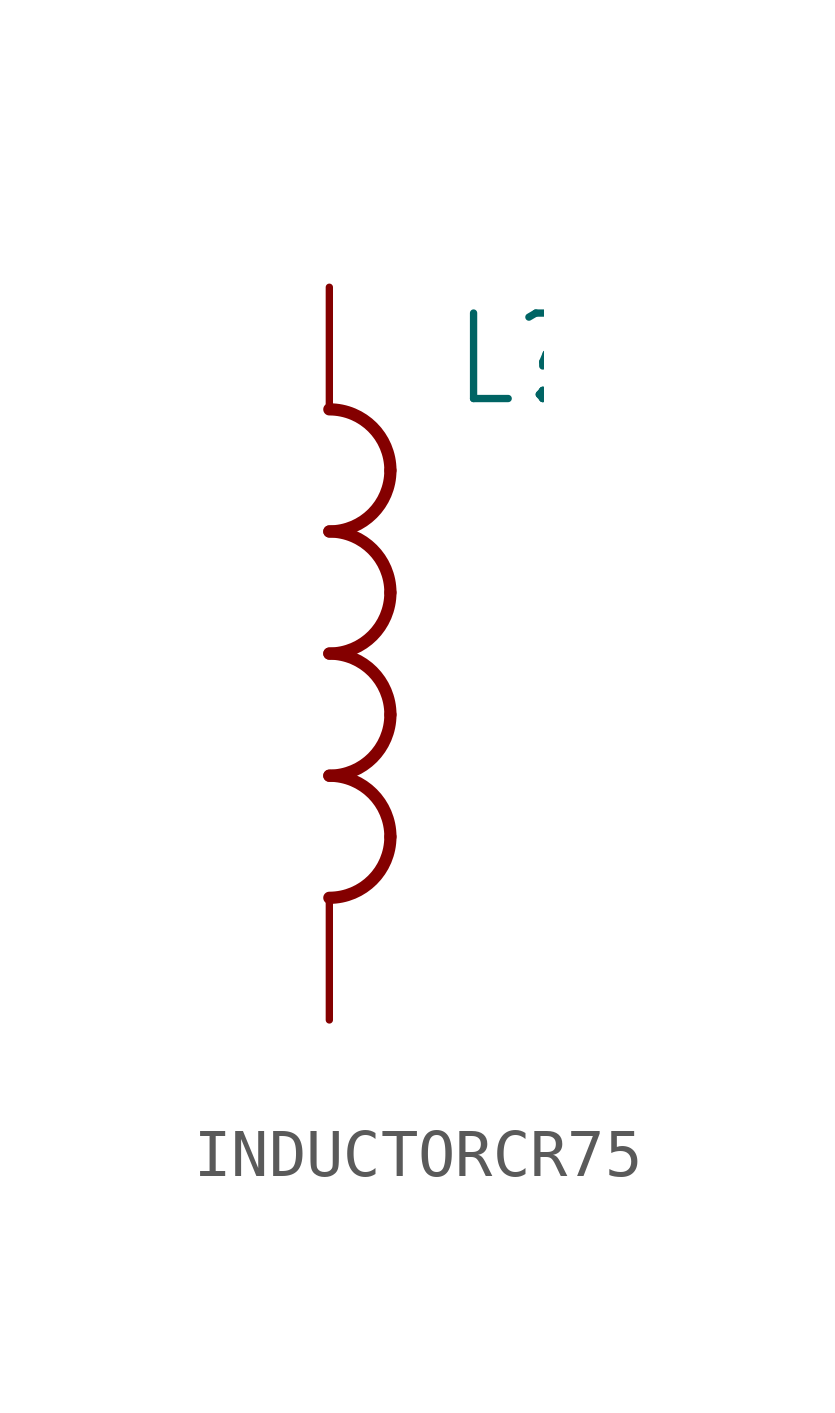
<source format=kicad_sym>
(kicad_symbol_lib
  (version 20241209)
  (generator "kicad_symbol_editor")
  (generator_version "9.0")
  (symbol "INDUCTORCR75"
    (property "Reference" "L"
      (at 2.54 5.08 0)
      (effects (font (size 1.778 1.511)) (justify left bottom)))
    (property "Value" ""
      (at 2.54 -5.08 0)
      (effects (font (size 1.778 1.511)) (justify left bottom)))
    (property "ki_locked" ""
      (at 0 0 0)
      (effects (font (size 1.27 1.27))))
    (symbol "INDUCTORCR75_1_0"
      (arc (start 0 5.08) (mid 0.898 4.708) (end 1.27 3.81) (stroke (width 0.254) (type solid)) (fill (type none)))
      (arc (start 1.27 3.81) (mid 0.898 2.912) (end 0 2.54) (stroke (width 0.254) (type solid)) (fill (type none)))
      (arc (start 1.27 1.27) (mid 0.898 0.372) (end 0 0) (stroke (width 0.254) (type solid)) (fill (type none)))
      (arc (start 0 2.54) (mid 0.8981 2.168) (end 1.2701 1.2699) (stroke (width 0.254) (type solid)) (fill (type none)))
      (arc (start 1.2701 -1.2699) (mid 0.8981 -2.168) (end 0 -2.54) (stroke (width 0.254) (type solid)) (fill (type none)))
      (arc (start 0 0) (mid 0.898 -0.372) (end 1.27 -1.27) (stroke (width 0.254) (type solid)) (fill (type none)))
      (arc (start 0 -2.54) (mid 0.898 -2.912) (end 1.27 -3.81) (stroke (width 0.254) (type solid)) (fill (type none)))
      (arc (start 1.27 -3.81) (mid 0.898 -4.708) (end 0 -5.08) (stroke (width 0.254) (type solid)) (fill (type none)))
      (pin passive line (at 0 7.62 270) (length 2.54) (name "1" (effects (font (size 0 0)))) (number "P$1" (effects (font (size 0 0)))))
      (pin passive line (at 0 -7.62 90) (length 2.54) (name "2" (effects (font (size 0 0)))) (number "P$2" (effects (font (size 0 0))))))))
</source>
